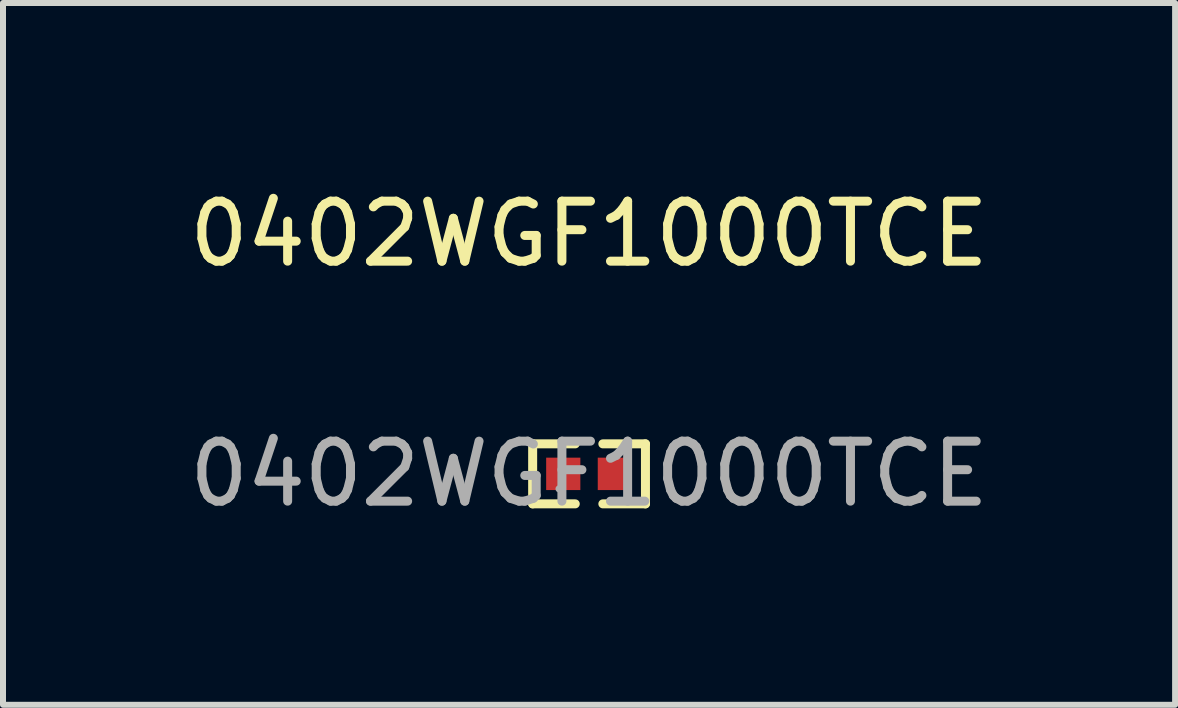
<source format=kicad_pcb>
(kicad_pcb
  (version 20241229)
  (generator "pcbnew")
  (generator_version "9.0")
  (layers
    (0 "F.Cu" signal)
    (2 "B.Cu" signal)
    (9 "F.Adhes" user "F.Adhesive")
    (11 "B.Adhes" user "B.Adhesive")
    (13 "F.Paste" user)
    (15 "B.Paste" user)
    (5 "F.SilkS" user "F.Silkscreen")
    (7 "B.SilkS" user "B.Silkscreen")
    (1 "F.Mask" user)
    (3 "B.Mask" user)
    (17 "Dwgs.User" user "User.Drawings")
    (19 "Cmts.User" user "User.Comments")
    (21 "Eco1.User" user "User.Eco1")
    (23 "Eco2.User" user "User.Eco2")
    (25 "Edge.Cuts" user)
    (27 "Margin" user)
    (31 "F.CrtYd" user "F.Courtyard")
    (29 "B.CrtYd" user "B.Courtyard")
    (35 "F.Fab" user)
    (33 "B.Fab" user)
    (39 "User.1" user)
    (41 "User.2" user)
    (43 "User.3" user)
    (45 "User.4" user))
  (footprint "0402WGF1000TCE"
    (layer "F.Cu")
    (at 6.768 4.848)
    (property "Reference" "0402WGF1000TCE" (at 0 -4 0) (layer "F.SilkS") (effects (font (size 1 1) (thickness 0.15))))
    (attr smd)
    (fp_line (start -0.94 -0.5) (end -0.23 -0.5) (stroke (width 0.15) (type solid)) (layer "F.SilkS"))
    (fp_line (start -0.94 0.5) (end -0.94 -0.5) (stroke (width 0.15) (type solid)) (layer "F.SilkS"))
    (fp_line (start -0.23 0.5) (end -0.94 0.5) (stroke (width 0.15) (type solid)) (layer "F.SilkS"))
    (fp_line (start 0.23 0.5) (end 0.94 0.5) (stroke (width 0.15) (type solid)) (layer "F.SilkS"))
    (fp_line (start 0.94 -0.5) (end 0.23 -0.5) (stroke (width 0.15) (type solid)) (layer "F.SilkS"))
    (fp_line (start 0.94 0.5) (end 0.94 -0.5) (stroke (width 0.15) (type solid)) (layer "F.SilkS"))
    (fp_circle (center -0.5 0.25) (end -0.47 0.25) (stroke (width 0.06) (type solid)) (fill no) (layer "F.Fab"))
    (fp_text user "${REFERENCE}" (at 0 0 0) (layer "F.Fab") (effects (font (size 1 1) (thickness 0.15))))
    (pad "1" smd rect (at -0.43 0) (size 0.57 0.54) (layers "F.Cu" "F.Mask" "F.Paste"))
    (pad "2" smd rect (at 0.43 0) (size 0.57 0.54) (layers "F.Cu" "F.Mask" "F.Paste")))
  (gr_rect
    (start -3 -3)
    (end 16.536 8.697)
    (stroke (width 0.1) (type default))
    (fill no)
    (layer "Edge.Cuts")))
</source>
